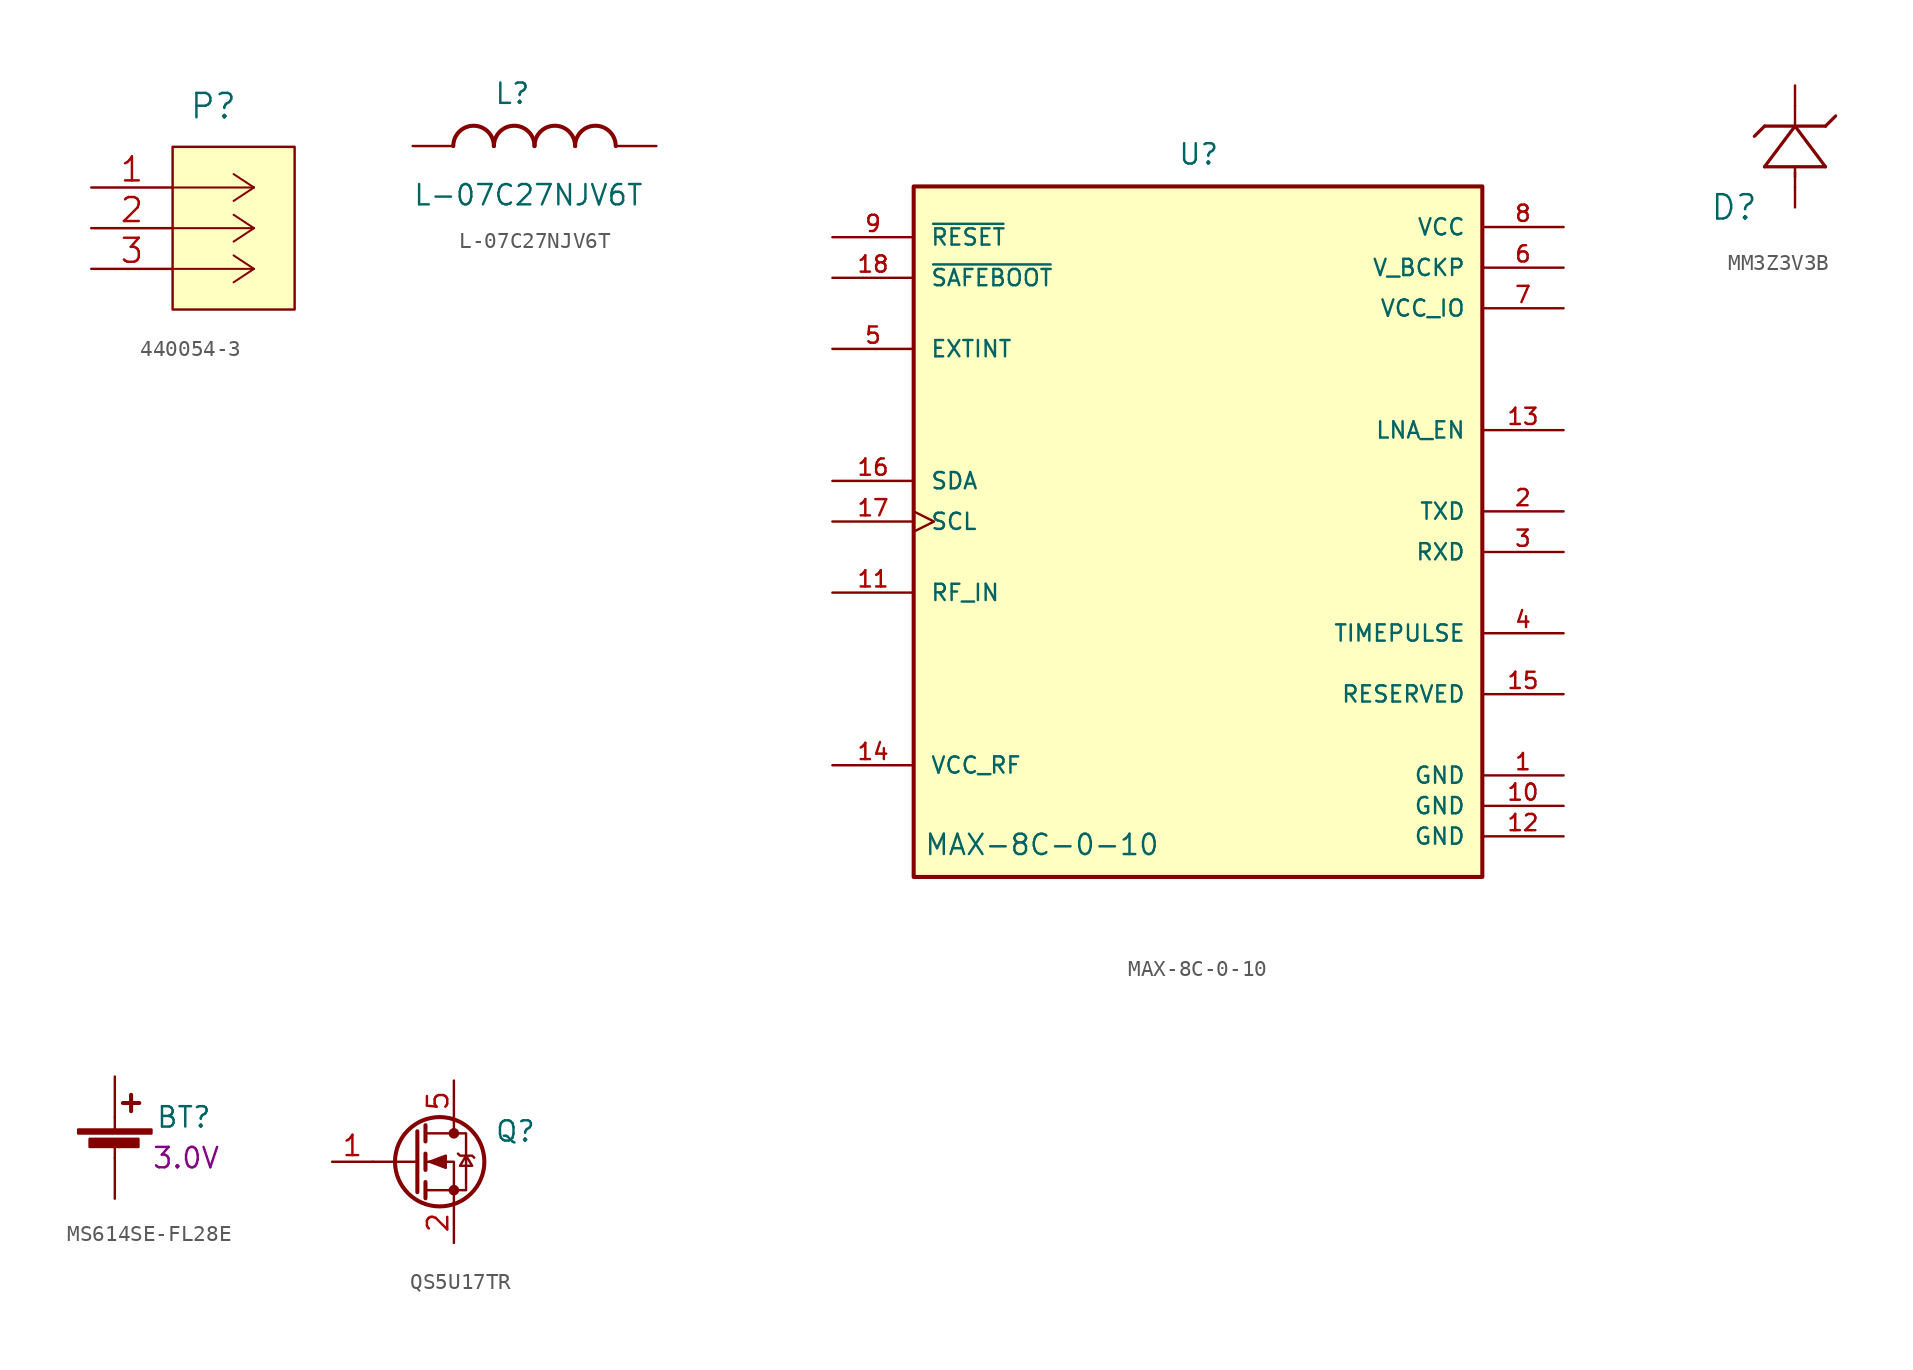
<source format=kicad_sym>
(kicad_symbol_lib
  (version 20211014)
  (generator kicad_symbol_editor)
  (symbol "440054-3"
    (pin_names
      (offset 0.254) hide)
    (property "Reference" "P"
      (at 7.62 5.08 0)
      (effects (font (size 1.524 1.524))))
    (property "Datasheet" ""
      (at 0 0 0)
      (effects (font (size 1.524 1.524))))
    (symbol "440054-3_1_1"
      (polyline (pts (xy 10.16 -5.08) (xy 5.08 -5.08)) (stroke (width 0.127) (type default) (color 0 0 0 0)) (fill (type none)))
      (polyline (pts (xy 10.16 -5.08) (xy 8.89 -5.918)) (stroke (width 0.127) (type default) (color 0 0 0 0)) (fill (type none)))
      (polyline (pts (xy 10.16 -5.08) (xy 8.89 -4.242)) (stroke (width 0.127) (type default) (color 0 0 0 0)) (fill (type none)))
      (polyline (pts (xy 10.16 -2.54) (xy 5.08 -2.54)) (stroke (width 0.127) (type default) (color 0 0 0 0)) (fill (type none)))
      (polyline (pts (xy 10.16 -2.54) (xy 8.89 -3.378)) (stroke (width 0.127) (type default) (color 0 0 0 0)) (fill (type none)))
      (polyline (pts (xy 10.16 -2.54) (xy 8.89 -1.702)) (stroke (width 0.127) (type default) (color 0 0 0 0)) (fill (type none)))
      (polyline (pts (xy 10.16 0) (xy 5.08 0)) (stroke (width 0.127) (type default) (color 0 0 0 0)) (fill (type none)))
      (polyline (pts (xy 10.16 0) (xy 8.89 -0.838)) (stroke (width 0.127) (type default) (color 0 0 0 0)) (fill (type none)))
      (polyline (pts (xy 10.16 0) (xy 8.89 0.838)) (stroke (width 0.127) (type default) (color 0 0 0 0)) (fill (type none)))
      (rectangle (start 5.08 2.54) (end 12.7 -7.62) (stroke (width 0.152) (type default) (color 0 0 0 0)) (fill (type background)))
      (pin passive line (at 0 0 0) (length 5.08) (name "+12V" (effects (font (size 1.499 1.499)))) (number "1" (effects (font (size 1.499 1.499)))))
      (pin passive line (at 0 -2.54 0) (length 5.08) (name "GND" (effects (font (size 1.499 1.499)))) (number "2" (effects (font (size 1.499 1.499)))))
      (pin passive line (at 0 -5.08 0) (length 5.08) (name "3" (effects (font (size 1.499 1.499)))) (number "3" (effects (font (size 1.499 1.499)))))))
  (symbol "L-07C27NJV6T"
    (pin_numbers hide)
    (pin_names
      (offset 1.016) hide)
    (property "Reference" "L"
      (at -2.54 2.54 0)
      (effects (font (size 1.27 1.27)) (justify left bottom)))
    (property "Value" "L-07C27NJV6T"
      (at -7.62 -3.81 0)
      (effects (font (size 1.27 1.27)) (justify left bottom)))
    (symbol "L-07C27NJV6T_0_0"
      (arc (start -2.54 0) (mid -3.81 1.27) (end -5.08 0) (stroke (width 0.254) (type default) (color 0 0 0 0)) (fill (type none)))
      (arc (start 0 0) (mid -1.27 1.27) (end -2.54 0) (stroke (width 0.254) (type default) (color 0 0 0 0)) (fill (type none)))
      (arc (start 2.54 0) (mid 1.27 1.27) (end 0 0) (stroke (width 0.254) (type default) (color 0 0 0 0)) (fill (type none)))
      (arc (start 5.08 0) (mid 3.81 1.27) (end 2.54 0) (stroke (width 0.254) (type default) (color 0 0 0 0)) (fill (type none)))
      (pin passive line (at -7.62 0 0) (length 2.54) (name "~" (effects (font (size 1.016 1.016)))) (number "1" (effects (font (size 1.016 1.016)))))
      (pin passive line (at 7.62 0 180) (length 2.54) (name "~" (effects (font (size 1.016 1.016)))) (number "2" (effects (font (size 1.016 1.016)))))))
  (symbol "MAX-8C-0-10"
    (pin_names
      (offset 1.016))
    (property "Reference" "U"
      (at -1.27 21.59 0)
      (effects (font (size 1.27 1.27)) (justify left bottom)))
    (property "Value" "MAX-8C-0-10"
      (at -17.145 -21.59 0)
      (effects (font (size 1.27 1.27)) (justify left bottom)))
    (symbol "MAX-8C-0-10_0_0"
      (rectangle (start -17.78 -22.86) (end 17.78 20.32) (stroke (width 0.254) (type default) (color 0 0 0 0)) (fill (type background)))
      (pin power_in line (at 22.86 -16.51 180) (length 5.08) (name "GND" (effects (font (size 1.016 1.016)))) (number "1" (effects (font (size 1.016 1.016)))))
      (pin power_in line (at 22.86 -18.415 180) (length 5.08) (name "GND" (effects (font (size 1.016 1.016)))) (number "10" (effects (font (size 1.016 1.016)))))
      (pin input line (at -22.86 -5.08 0) (length 5.08) (name "RF_IN" (effects (font (size 1.016 1.016)))) (number "11" (effects (font (size 1.016 1.016)))))
      (pin power_in line (at 22.86 -20.32 180) (length 5.08) (name "GND" (effects (font (size 1.016 1.016)))) (number "12" (effects (font (size 1.016 1.016)))))
      (pin output line (at 22.86 5.08 180) (length 5.08) (name "LNA_EN" (effects (font (size 1.016 1.016)))) (number "13" (effects (font (size 1.016 1.016)))))
      (pin power_out line (at -22.86 -15.875 0) (length 5.08) (name "VCC_RF" (effects (font (size 1.016 1.016)))) (number "14" (effects (font (size 1.016 1.016)))))
      (pin passive line (at 22.86 -11.43 180) (length 5.08) (name "RESERVED" (effects (font (size 1.016 1.016)))) (number "15" (effects (font (size 1.016 1.016)))))
      (pin bidirectional line (at -22.86 1.905 0) (length 5.08) (name "SDA" (effects (font (size 1.016 1.016)))) (number "16" (effects (font (size 1.016 1.016)))))
      (pin input clock (at -22.86 -0.635 0) (length 5.08) (name "SCL" (effects (font (size 1.016 1.016)))) (number "17" (effects (font (size 1.016 1.016)))))
      (pin input line (at -22.86 14.605 0) (length 5.08) (name "~{SAFEBOOT}" (effects (font (size 1.016 1.016)))) (number "18" (effects (font (size 1.016 1.016)))))
      (pin output line (at 22.86 0 180) (length 5.08) (name "TXD" (effects (font (size 1.016 1.016)))) (number "2" (effects (font (size 1.016 1.016)))))
      (pin input line (at 22.86 -2.54 180) (length 5.08) (name "RXD" (effects (font (size 1.016 1.016)))) (number "3" (effects (font (size 1.016 1.016)))))
      (pin output line (at 22.86 -7.62 180) (length 5.08) (name "TIMEPULSE" (effects (font (size 1.016 1.016)))) (number "4" (effects (font (size 1.016 1.016)))))
      (pin input line (at -22.86 10.16 0) (length 5.08) (name "EXTINT" (effects (font (size 1.016 1.016)))) (number "5" (effects (font (size 1.016 1.016)))))
      (pin power_in line (at 22.86 15.24 180) (length 5.08) (name "V_BCKP" (effects (font (size 1.016 1.016)))) (number "6" (effects (font (size 1.016 1.016)))))
      (pin power_in line (at 22.86 12.7 180) (length 5.08) (name "VCC_IO" (effects (font (size 1.016 1.016)))) (number "7" (effects (font (size 1.016 1.016)))))
      (pin power_in line (at 22.86 17.78 180) (length 5.08) (name "VCC" (effects (font (size 1.016 1.016)))) (number "8" (effects (font (size 1.016 1.016)))))
      (pin input line (at -22.86 17.145 0) (length 5.08) (name "~{RESET}" (effects (font (size 1.016 1.016)))) (number "9" (effects (font (size 1.016 1.016)))))))
  (symbol "MM3Z3V3B"
    (pin_numbers hide)
    (pin_names hide)
    (property "Reference" "D"
      (at -3.81 -3.175 0)
      (effects (font (size 1.524 1.524))))
    (property "Datasheet" ""
      (at 0 -4.445 90)
      (effects (font (size 1.524 1.524))))
    (symbol "MM3Z3V3B_0_1"
      (polyline (pts (xy -1.905 1.905) (xy -2.54 1.27)) (stroke (width 0.203) (type default) (color 0 0 0 0)) (fill (type none)))
      (polyline (pts (xy 1.905 1.905) (xy 2.54 2.54)) (stroke (width 0.203) (type default) (color 0 0 0 0)) (fill (type none))))
    (symbol "MM3Z3V3B_1_1"
      (polyline (pts (xy -1.905 -0.635) (xy 1.905 -0.635)) (stroke (width 0.203) (type default) (color 0 0 0 0)) (fill (type none)))
      (polyline (pts (xy 0 -1.905) (xy 0 -0.965)) (stroke (width 0.152) (type default) (color 0 0 0 0)) (fill (type none)))
      (polyline (pts (xy 0 -1.27) (xy 0 -0.635)) (stroke (width 0.152) (type default) (color 0 0 0 0)) (fill (type none)))
      (polyline (pts (xy 0 1.905) (xy -1.905 -0.635)) (stroke (width 0.203) (type default) (color 0 0 0 0)) (fill (type none)))
      (polyline (pts (xy 0 1.905) (xy 0 3.175)) (stroke (width 0.152) (type default) (color 0 0 0 0)) (fill (type none)))
      (polyline (pts (xy 1.905 -0.635) (xy 0 1.905)) (stroke (width 0.203) (type default) (color 0 0 0 0)) (fill (type none)))
      (polyline (pts (xy 1.905 1.905) (xy -1.905 1.905)) (stroke (width 0.203) (type default) (color 0 0 0 0)) (fill (type none)))
      (pin passive line (at 0 4.445 270) (length 1.27) (name "1" (effects (font (size 1.499 1.499)))) (number "1" (effects (font (size 1.499 1.499)))))
      (pin passive line (at 0 -3.175 90) (length 1.27) (name "2" (effects (font (size 1.499 1.499)))) (number "2" (effects (font (size 1.499 1.499)))))))
  (symbol "MS614SE-FL28E"
    (pin_numbers hide)
    (pin_names
      (offset 0) hide)
    (property "Reference" "BT"
      (at 2.54 2.54 0)
      (effects (font (size 1.27 1.27)) (justify left)))
    (property "Footprint" ""
      (at 0 1.524 90)
      (effects (font (size 1.27 1.27))))
    (property "Voltage" "3.0V"
      (at 4.445 0 0)
      (effects (font (size 1.27 1.27))))
    (symbol "MS614SE-FL28E_0_1"
      (rectangle (start -2.286 1.778) (end 2.286 1.524) (stroke (width 0) (type default) (color 0 0 0 0)) (fill (type outline)))
      (rectangle (start -1.575 1.194) (end 1.473 0.686) (stroke (width 0) (type default) (color 0 0 0 0)) (fill (type outline)))
      (polyline (pts (xy 0 0.762) (xy 0 0)) (stroke (width 0) (type default) (color 0 0 0 0)) (fill (type none)))
      (polyline (pts (xy 0 1.778) (xy 0 2.54)) (stroke (width 0) (type default) (color 0 0 0 0)) (fill (type none)))
      (polyline (pts (xy 0.508 3.429) (xy 1.524 3.429)) (stroke (width 0.254) (type default) (color 0 0 0 0)) (fill (type none)))
      (polyline (pts (xy 1.016 3.937) (xy 1.016 2.921)) (stroke (width 0.254) (type default) (color 0 0 0 0)) (fill (type none))))
    (symbol "MS614SE-FL28E_1_1"
      (pin power_out line (at 0 5.08 270) (length 2.54) (name "+" (effects (font (size 1.27 1.27)))) (number "1" (effects (font (size 1.27 1.27)))))
      (pin passive line (at 0 -2.54 90) (length 2.54) (name "-" (effects (font (size 1.27 1.27)))) (number "2" (effects (font (size 1.27 1.27)))))))
  (symbol "QS5U17TR"
    (pin_names hide)
    (property "Reference" "Q"
      (at 5.08 1.905 0)
      (effects (font (size 1.27 1.27)) (justify left)))
    (symbol "QS5U17TR_0_1"
      (polyline (pts (xy 0.254 0) (xy -2.54 0)) (stroke (width 0) (type default) (color 0 0 0 0)) (fill (type none)))
      (polyline (pts (xy 0.254 1.905) (xy 0.254 -1.905)) (stroke (width 0.254) (type default) (color 0 0 0 0)) (fill (type none)))
      (polyline (pts (xy 0.762 -1.27) (xy 0.762 -2.286)) (stroke (width 0.254) (type default) (color 0 0 0 0)) (fill (type none)))
      (polyline (pts (xy 0.762 0.508) (xy 0.762 -0.508)) (stroke (width 0.254) (type default) (color 0 0 0 0)) (fill (type none)))
      (polyline (pts (xy 0.762 2.286) (xy 0.762 1.27)) (stroke (width 0.254) (type default) (color 0 0 0 0)) (fill (type none)))
      (polyline (pts (xy 2.54 2.54) (xy 2.54 1.778)) (stroke (width 0) (type default) (color 0 0 0 0)) (fill (type none)))
      (polyline (pts (xy 2.54 -2.54) (xy 2.54 0) (xy 0.762 0)) (stroke (width 0) (type default) (color 0 0 0 0)) (fill (type none)))
      (polyline (pts (xy 0.762 -1.778) (xy 3.302 -1.778) (xy 3.302 1.778) (xy 0.762 1.778)) (stroke (width 0) (type default) (color 0 0 0 0)) (fill (type none)))
      (polyline (pts (xy 1.016 0) (xy 2.032 0.381) (xy 2.032 -0.381) (xy 1.016 0)) (stroke (width 0) (type default) (color 0 0 0 0)) (fill (type outline)))
      (polyline (pts (xy 2.794 0.508) (xy 2.921 0.381) (xy 3.683 0.381) (xy 3.81 0.254)) (stroke (width 0) (type default) (color 0 0 0 0)) (fill (type none)))
      (polyline (pts (xy 3.302 0.381) (xy 2.921 -0.254) (xy 3.683 -0.254) (xy 3.302 0.381)) (stroke (width 0) (type default) (color 0 0 0 0)) (fill (type none)))
      (circle (center 1.651 0) (radius 2.794) (stroke (width 0.254) (type default) (color 0 0 0 0)) (fill (type none)))
      (circle (center 2.54 -1.778) (radius 0.254) (stroke (width 0) (type default) (color 0 0 0 0)) (fill (type outline)))
      (circle (center 2.54 1.778) (radius 0.254) (stroke (width 0) (type default) (color 0 0 0 0)) (fill (type outline))))
    (symbol "QS5U17TR_1_1"
      (pin input line (at -5.08 0 0) (length 2.54) (name "G" (effects (font (size 1.27 1.27)))) (number "1" (effects (font (size 1.27 1.27)))))
      (pin passive line (at 2.54 -5.08 90) (length 2.54) (name "S" (effects (font (size 1.27 1.27)))) (number "2" (effects (font (size 1.27 1.27)))))
      (pin no_connect line (at 8.89 0.635 270) (length 2.54) hide (name "" (effects (font (size 1.27 1.27)))) (number "3" (effects (font (size 1.27 1.27)))))
      (pin no_connect line (at 11.43 0.635 270) (length 2.54) hide (name "" (effects (font (size 1.27 1.27)))) (number "4" (effects (font (size 1.27 1.27)))))
      (pin passive line (at 2.54 5.08 270) (length 2.54) (name "D" (effects (font (size 1.27 1.27)))) (number "5" (effects (font (size 1.27 1.27))))))))
</source>
